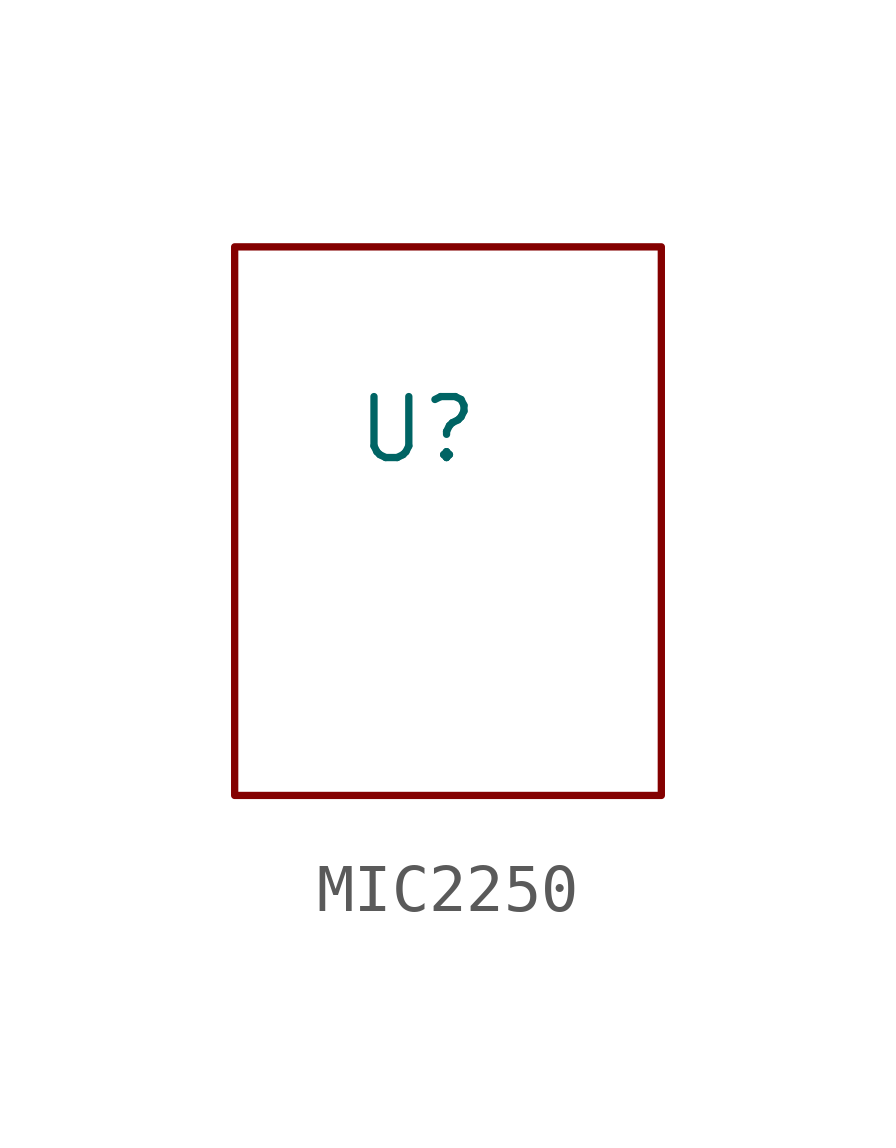
<source format=kicad_sym>
(kicad_symbol_lib
  (version 20231120)
  (generator "kicad_symbol_editor")
  (generator_version "8.0")
  (symbol "MIC2250"
    (property "Reference" "U"
      (at 0 0 0)
      (effects (font (size 1.27 1.27))))
    (property "Value" ""
      (at 0 0 0)
      (effects (font (size 1.27 1.27))))
    (symbol "MIC2250_0_1"
      (polyline (pts (xy -3.81 3.81) (xy 5.08 3.81) (xy 5.08 -7.62) (xy -3.81 -7.62) (xy -3.81 3.81)) (stroke (width 0) (type default)) (fill (type none))))))
</source>
